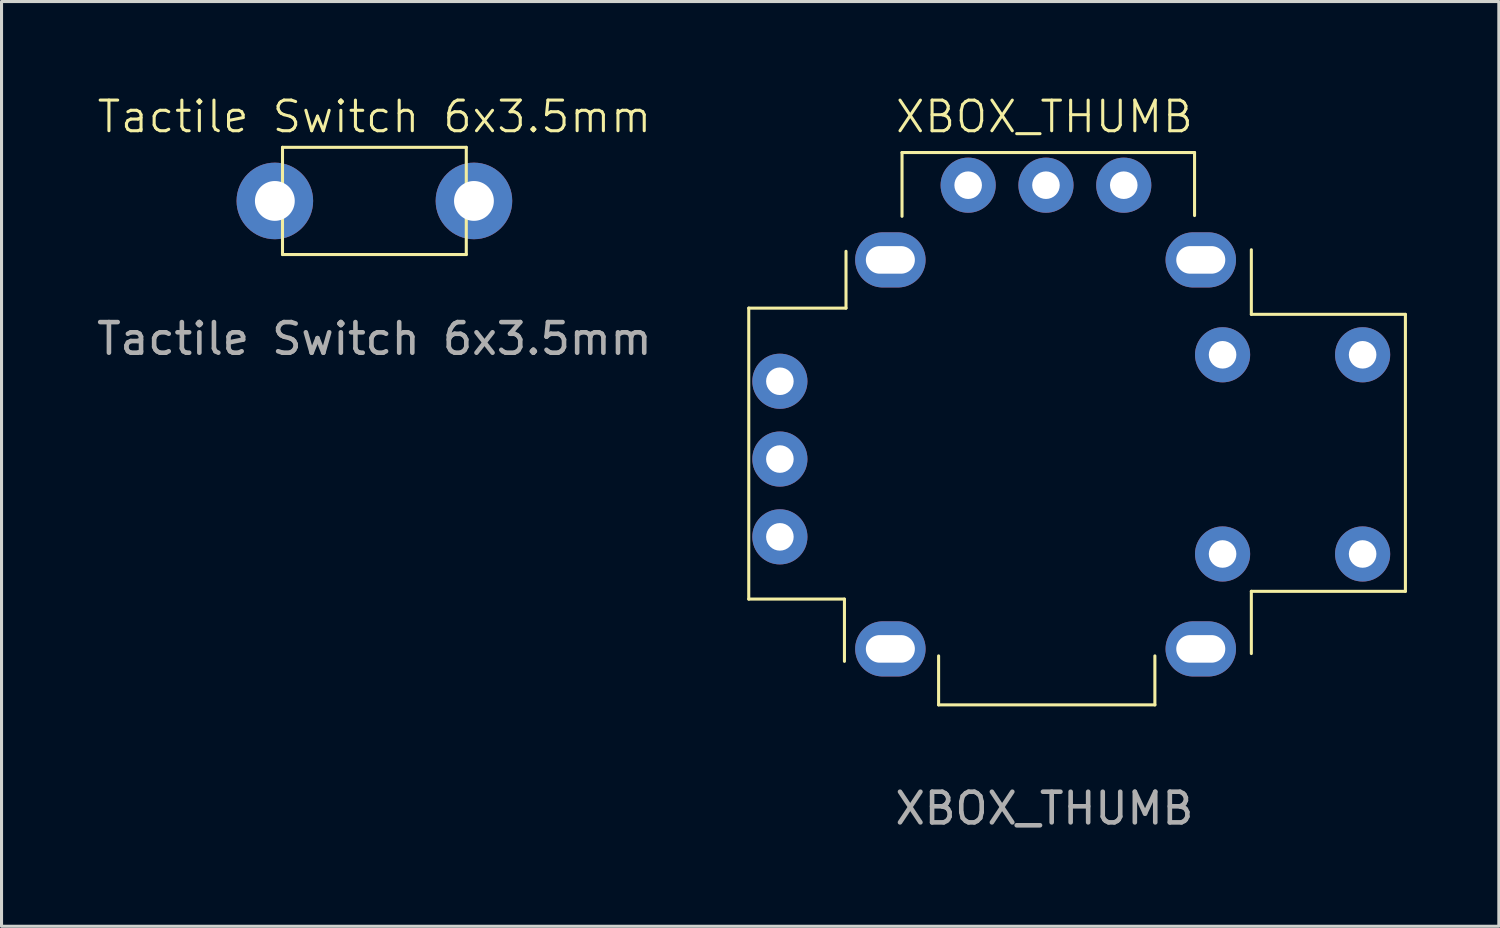
<source format=kicad_pcb>
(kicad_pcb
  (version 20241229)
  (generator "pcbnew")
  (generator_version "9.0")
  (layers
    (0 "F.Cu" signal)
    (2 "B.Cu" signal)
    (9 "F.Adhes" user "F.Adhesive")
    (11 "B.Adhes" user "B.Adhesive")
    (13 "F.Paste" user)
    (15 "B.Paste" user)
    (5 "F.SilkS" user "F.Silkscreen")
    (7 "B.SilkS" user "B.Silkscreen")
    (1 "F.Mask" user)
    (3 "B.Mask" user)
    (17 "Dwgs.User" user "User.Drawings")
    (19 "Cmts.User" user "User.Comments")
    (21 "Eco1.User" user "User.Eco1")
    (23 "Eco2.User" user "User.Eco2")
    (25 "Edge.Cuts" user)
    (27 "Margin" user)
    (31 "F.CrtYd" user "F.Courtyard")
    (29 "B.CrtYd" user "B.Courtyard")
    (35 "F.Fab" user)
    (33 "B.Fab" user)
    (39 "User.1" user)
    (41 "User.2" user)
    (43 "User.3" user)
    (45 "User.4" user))
  (footprint "XBOX_THUMB"
    (layer "F.Cu")
    (at 31.047 11.937)
    (property "Reference" "XBOX_THUMB" (at 0 -11.176 0) (unlocked yes) (layer "F.SilkS") (effects (font (size 1 1) (thickness 0.1))))
    (attr through_hole)
    (fp_line (start -9.652 -4.928) (end -6.477 -4.928) (stroke (width 0.1) (type default)) (layer "F.SilkS"))
    (fp_line (start -9.652 4.572) (end -9.652 -4.928) (stroke (width 0.1) (type default)) (layer "F.SilkS"))
    (fp_line (start -6.528 4.572) (end -9.652 4.572) (stroke (width 0.1) (type default)) (layer "F.SilkS"))
    (fp_line (start -6.528 6.604) (end -6.528 4.572) (stroke (width 0.1) (type default)) (layer "F.SilkS"))
    (fp_line (start -6.477 -4.928) (end -6.477 -6.782) (stroke (width 0.1) (type default)) (layer "F.SilkS"))
    (fp_line (start -4.648 -10.008) (end 4.902 -10.008) (stroke (width 0.1) (type default)) (layer "F.SilkS"))
    (fp_line (start -4.648 -7.925) (end -4.648 -10.008) (stroke (width 0.1) (type default)) (layer "F.SilkS"))
    (fp_line (start -3.454 8.026) (end -3.454 6.426) (stroke (width 0.1) (type default)) (layer "F.SilkS"))
    (fp_line (start 3.607 6.426) (end 3.607 8.026) (stroke (width 0.1) (type default)) (layer "F.SilkS"))
    (fp_line (start 3.607 8.026) (end -3.454 8.026) (stroke (width 0.1) (type default)) (layer "F.SilkS"))
    (fp_line (start 4.902 -10.008) (end 4.902 -7.95) (stroke (width 0.1) (type default)) (layer "F.SilkS"))
    (fp_line (start 6.756 -6.833) (end 6.756 -4.724) (stroke (width 0.1) (type default)) (layer "F.SilkS"))
    (fp_line (start 6.756 -4.724) (end 11.786 -4.724) (stroke (width 0.1) (type default)) (layer "F.SilkS"))
    (fp_line (start 6.756 4.318) (end 6.756 6.35) (stroke (width 0.1) (type default)) (layer "F.SilkS"))
    (fp_line (start 11.786 -4.724) (end 11.786 4.318) (stroke (width 0.1) (type default)) (layer "F.SilkS"))
    (fp_line (start 11.786 4.318) (end 6.756 4.318) (stroke (width 0.1) (type default)) (layer "F.SilkS"))
    (fp_text user "${REFERENCE}" (at 0 11.406 0) (unlocked yes) (layer "F.Fab") (effects (font (size 1 1) (thickness 0.15))))
    (pad "1" thru_hole circle (at 10.389 -3.404) (size 1.8 1.8) (drill 0.9) (layers "*.Cu" "*.Mask"))
    (pad "2" thru_hole circle (at 5.817 -3.404) (size 1.8 1.8) (drill 0.9) (layers "*.Cu" "*.Mask"))
    (pad "3" thru_hole circle (at 10.389 3.099) (size 1.8 1.8) (drill 0.9) (layers "*.Cu" "*.Mask"))
    (pad "4" thru_hole circle (at 5.817 3.099) (size 1.8 1.8) (drill 0.9) (layers "*.Cu" "*.Mask"))
    (pad "5" thru_hole circle (at -2.489 -8.941) (size 1.8 1.8) (drill 0.9) (layers "*.Cu" "*.Mask"))
    (pad "6" thru_hole circle (at 0.051 -8.941) (size 1.8 1.8) (drill 0.9) (layers "*.Cu" "*.Mask"))
    (pad "7" thru_hole circle (at 2.591 -8.941) (size 1.8 1.8) (drill 0.9) (layers "*.Cu" "*.Mask"))
    (pad "8" thru_hole circle (at -8.636 2.54) (size 1.8 1.8) (drill 0.9) (layers "*.Cu" "*.Mask"))
    (pad "9" thru_hole circle (at -8.636 0) (size 1.8 1.8) (drill 0.9) (layers "*.Cu" "*.Mask"))
    (pad "10" thru_hole circle (at -8.636 -2.54) (size 1.8 1.8) (drill 0.9) (layers "*.Cu" "*.Mask"))
    (pad "11" thru_hole oval (at -5.029 -6.502) (size 2.3 1.8) (drill oval 1.6 0.9) (layers "*.Cu" "*.Mask"))
    (pad "12" thru_hole oval (at 5.105 -6.502) (size 2.3 1.8) (drill oval 1.6 0.9) (layers "*.Cu" "*.Mask"))
    (pad "13" thru_hole oval (at 5.105 6.198) (size 2.3 1.8) (drill oval 1.6 0.9) (layers "*.Cu" "*.Mask"))
    (pad "14" thru_hole oval (at -5.029 6.198) (size 2.3 1.8) (drill oval 1.6 0.9) (layers "*.Cu" "*.Mask")))
  (footprint "Tactile Switch 6x3.5mm"
    (layer "F.Cu")
    (at 9.173 3.51)
    (property "Reference" "Tactile Switch 6x3.5mm" (at 0 -2.75 0) (unlocked yes) (layer "F.SilkS") (effects (font (size 1 1) (thickness 0.1))))
    (attr through_hole)
    (fp_line (start -3 -1.75) (end 3 -1.75) (stroke (width 0.1) (type default)) (layer "F.SilkS"))
    (fp_line (start -3 0) (end -3 -1.75) (stroke (width 0.1) (type default)) (layer "F.SilkS"))
    (fp_line (start -3 1.75) (end -3 0) (stroke (width 0.1) (type default)) (layer "F.SilkS"))
    (fp_line (start 3 -1.75) (end 3 1.75) (stroke (width 0.1) (type default)) (layer "F.SilkS"))
    (fp_line (start 3 1.75) (end -3 1.75) (stroke (width 0.1) (type default)) (layer "F.SilkS"))
    (fp_text user "${REFERENCE}" (at 0 4.5 0) (unlocked yes) (layer "F.Fab") (effects (font (size 1 1) (thickness 0.15))))
    (pad "1" thru_hole circle (at -3.25 0) (size 2.5 2.5) (drill 1.3) (layers "*.Cu" "*.Mask"))
    (pad "2" thru_hole circle (at 3.25 0) (size 2.5 2.5) (drill 1.3) (layers "*.Cu" "*.Mask")))
  (gr_rect
    (start -3 -3)
    (end 45.883 27.191)
    (stroke (width 0.1) (type default))
    (fill no)
    (layer "Edge.Cuts")))
</source>
